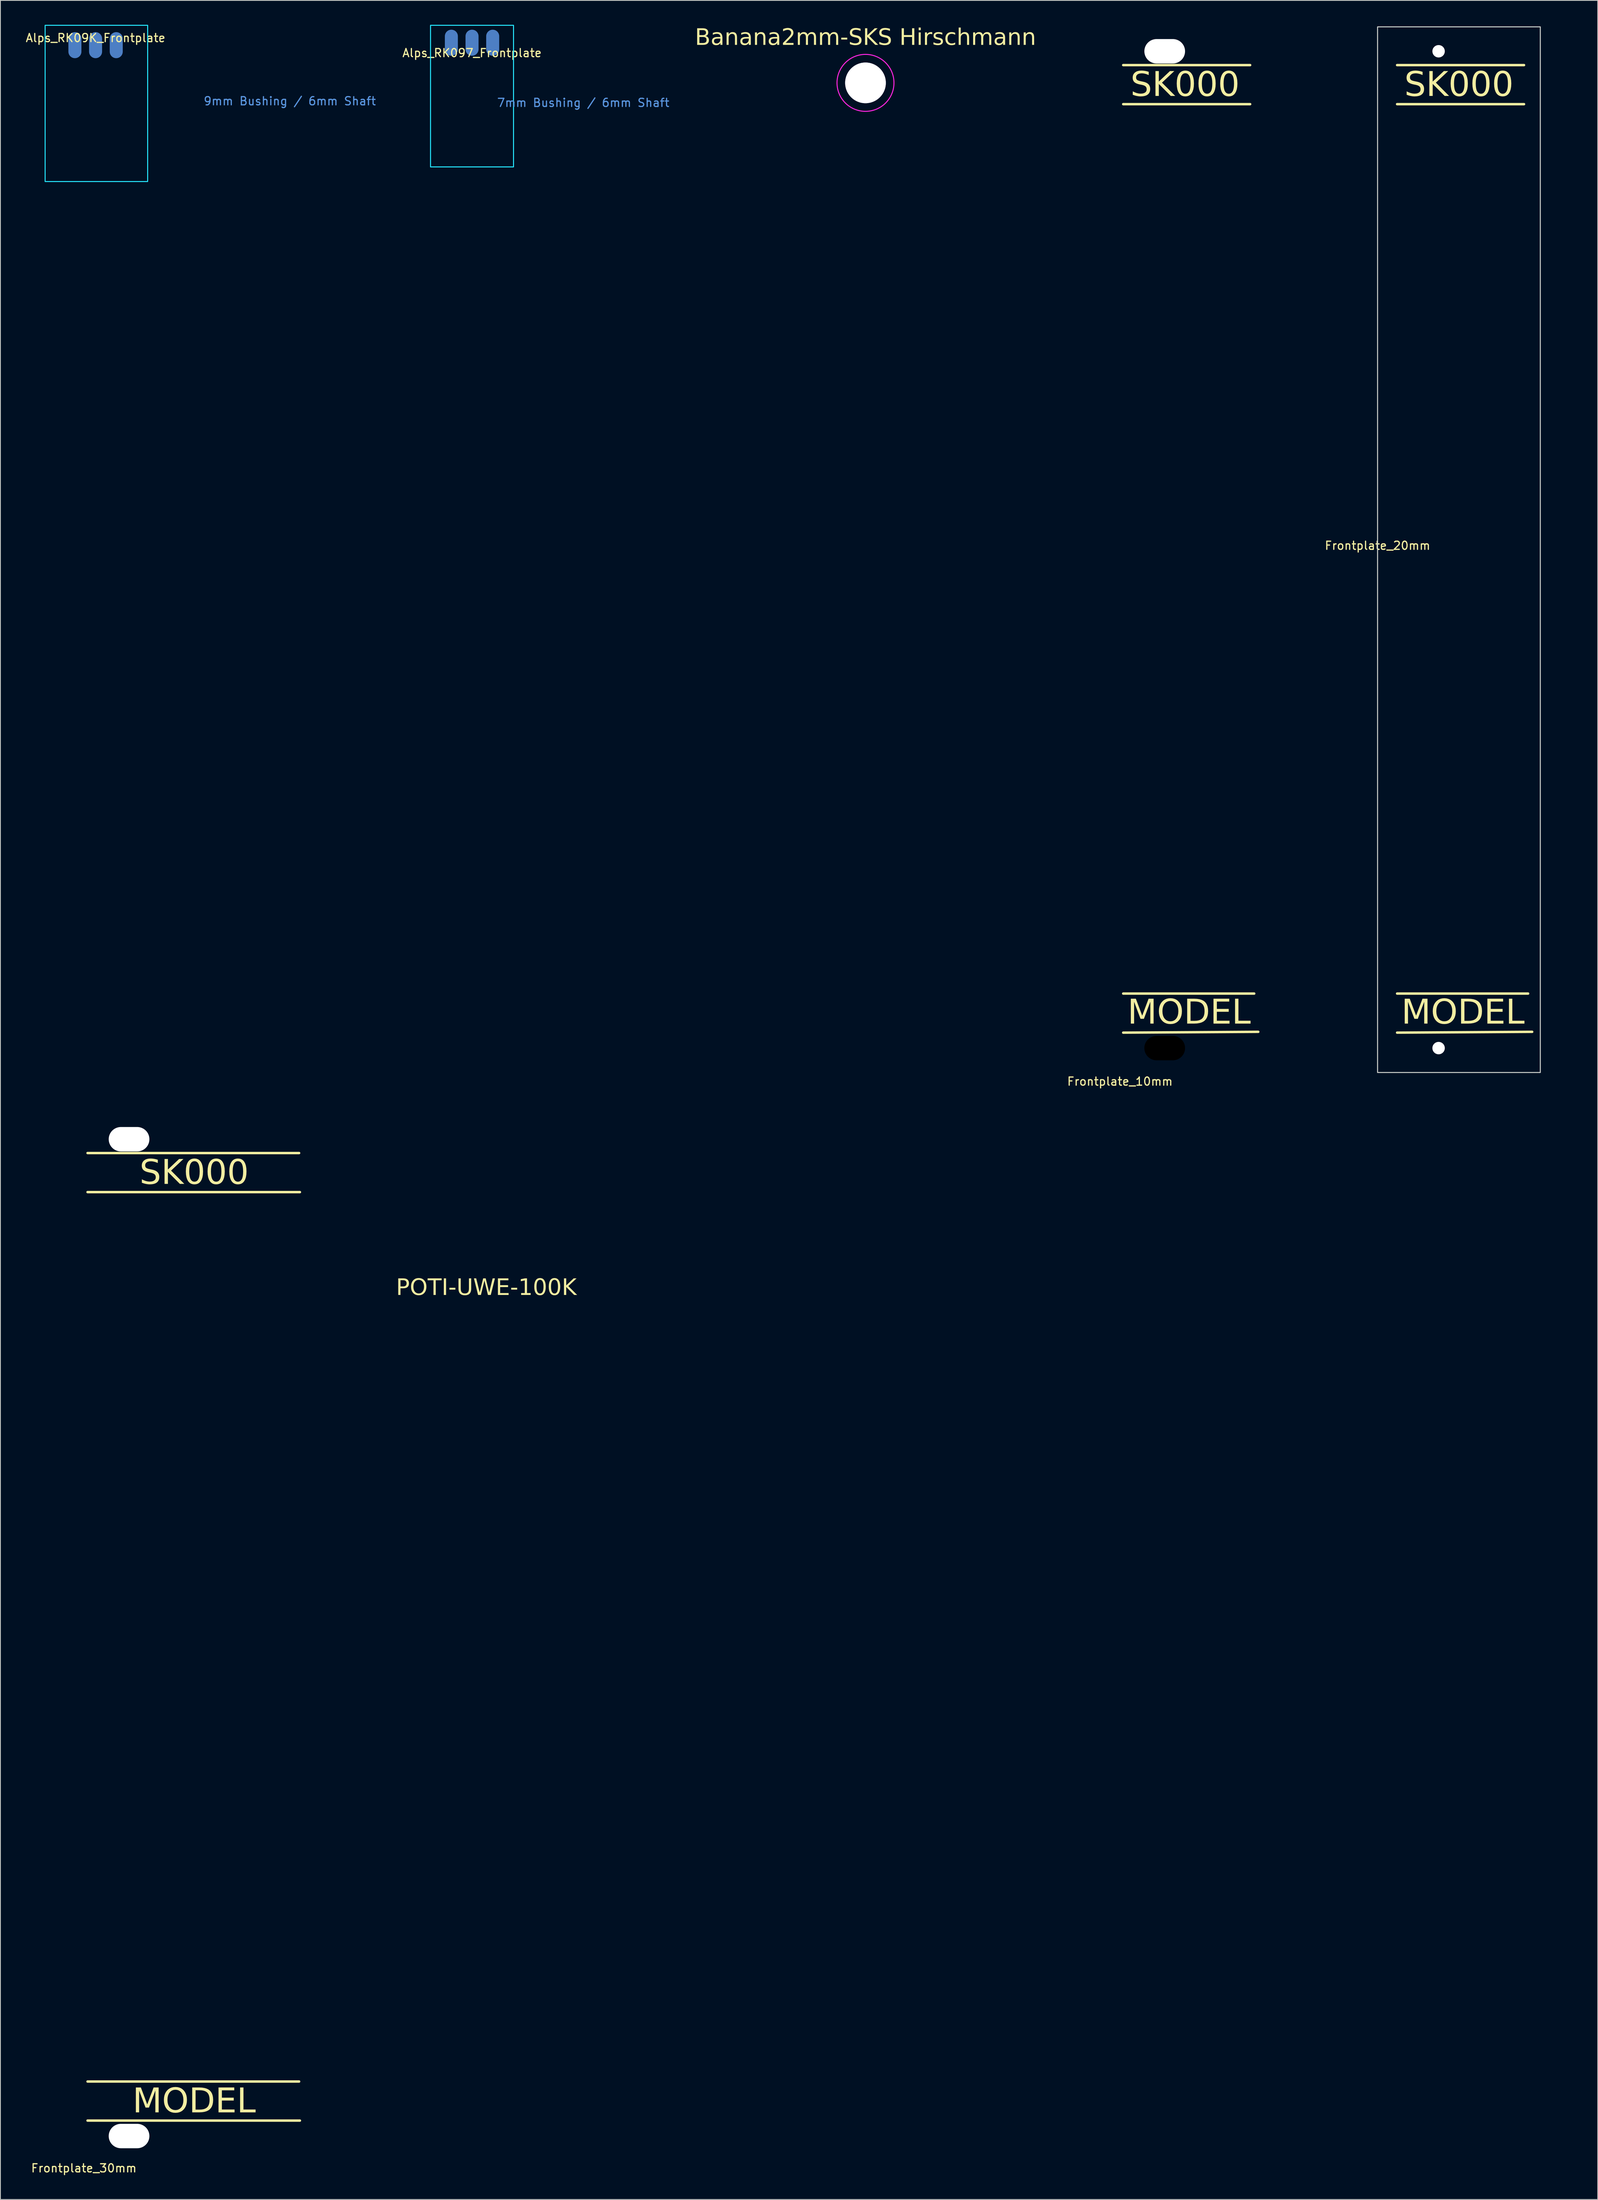
<source format=kicad_pcb>
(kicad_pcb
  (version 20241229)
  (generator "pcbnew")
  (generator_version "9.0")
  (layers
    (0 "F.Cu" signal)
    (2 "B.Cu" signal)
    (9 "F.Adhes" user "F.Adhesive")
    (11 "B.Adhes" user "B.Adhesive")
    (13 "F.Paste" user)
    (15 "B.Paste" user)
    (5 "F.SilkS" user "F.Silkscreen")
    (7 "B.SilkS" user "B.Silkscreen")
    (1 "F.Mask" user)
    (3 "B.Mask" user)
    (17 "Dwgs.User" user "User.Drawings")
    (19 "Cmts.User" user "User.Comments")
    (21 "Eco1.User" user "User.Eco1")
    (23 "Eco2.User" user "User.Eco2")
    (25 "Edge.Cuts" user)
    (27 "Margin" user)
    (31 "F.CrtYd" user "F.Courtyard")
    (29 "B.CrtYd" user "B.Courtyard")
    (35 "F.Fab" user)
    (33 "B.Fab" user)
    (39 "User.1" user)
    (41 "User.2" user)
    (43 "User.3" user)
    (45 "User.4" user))
  (footprint "Alps_RK09K_Frontplate"
    (layer "F.Cu")
    (at 8.696 12.66)
    (property "Reference" "Alps_RK09K_Frontplate" (at 0 -11.05 0) (layer "F.SilkS") (effects (font (size 1 1) (thickness 0.15))))
    (attr through_hole)
    (fp_line (start -5.4 -6.6) (end 5.4 -6.6) (stroke (width 0.12) (type default)) (layer "Eco1.User"))
    (fp_line (start -5.4 0) (end -5.4 -6.6) (stroke (width 0.12) (type default)) (layer "Eco1.User"))
    (fp_line (start -5.4 4.8) (end -5.4 0) (stroke (width 0.12) (type default)) (layer "Eco1.User"))
    (fp_line (start -3 -10) (end -2 -10) (stroke (width 0.12) (type default)) (layer "Eco1.User"))
    (fp_line (start -3 -6.6) (end -3 -10) (stroke (width 0.12) (type default)) (layer "Eco1.User"))
    (fp_line (start -2.2 -2) (end 2.2 -2) (stroke (width 0.12) (type default)) (layer "Eco1.User"))
    (fp_line (start -2 -10) (end -2 -6.6) (stroke (width 0.12) (type default)) (layer "Eco1.User"))
    (fp_line (start -0.5 -10) (end 0.5 -10) (stroke (width 0.12) (type default)) (layer "Eco1.User"))
    (fp_line (start -0.5 -6.6) (end -0.5 -10) (stroke (width 0.12) (type default)) (layer "Eco1.User"))
    (fp_line (start 0.5 -10) (end 0.5 -6.6) (stroke (width 0.12) (type default)) (layer "Eco1.User"))
    (fp_line (start 2 -10) (end 3 -10) (stroke (width 0.12) (type default)) (layer "Eco1.User"))
    (fp_line (start 2 -6.6) (end 2 -10) (stroke (width 0.12) (type default)) (layer "Eco1.User"))
    (fp_line (start 3 -10) (end 3 -6.6) (stroke (width 0.12) (type default)) (layer "Eco1.User"))
    (fp_line (start 5.4 -6.6) (end 5.4 0) (stroke (width 0.12) (type default)) (layer "Eco1.User"))
    (fp_line (start 5.4 0) (end 5.4 4.8) (stroke (width 0.12) (type default)) (layer "Eco1.User"))
    (fp_line (start 5.4 4.8) (end -5.4 4.8) (stroke (width 0.12) (type default)) (layer "Eco1.User"))
    (fp_circle (center 0 0) (end 3 -0.2) (stroke (width 0.12) (type default)) (fill no) (layer "Eco1.User"))
    (fp_rect (start -1 -6.6) (end 1 -5.4) (stroke (width 0.00001) (type default)) (fill no) (layer "Edge.Cuts"))
    (fp_circle (center 0 0) (end 4.5 0) (stroke (width 0.00001) (type default)) (fill no) (layer "Edge.Cuts"))
    (fp_rect (start -6.2 -12.6) (end 6.4 6.6) (stroke (width 0.12) (type default)) (fill no) (layer "B.CrtYd"))
    (fp_text user "9mm Bushing / 6mm Shaft" (at 13.2 -2.7 0) (unlocked yes) (layer "Cmts.User") (effects (font (size 1 1) (thickness 0.15)) (justify left bottom)))
    (pad "1" smd oval (at 2.54 -10.16) (size 1.6 3.2) (layers "B.Cu" "B.Mask" "B.Paste"))
    (pad "2" smd oval (at 0 -10.16) (size 1.6 3.2) (layers "B.Cu" "B.Mask" "B.Paste"))
    (pad "3" smd oval (at -2.54 -10.16) (size 1.6 3.2) (layers "B.Cu" "B.Mask" "B.Paste")))
  (footprint "Frontplate_20mm"
    (layer "F.Cu")
    (at 166.252 0.25)
    (property "Reference" "Frontplate_20mm" (at 0 63.75 0) (unlocked yes) (layer "F.SilkS") (effects (font (size 1 1) (thickness 0.15))))
    (fp_line (start 2.4 4.7) (end 18 4.7) (stroke (width 0.3) (type default)) (layer "F.SilkS"))
    (fp_line (start 2.4 9.5) (end 18 9.5) (stroke (width 0.3) (type default)) (layer "F.SilkS"))
    (fp_line (start 2.4 118.8) (end 18.5 118.8) (stroke (width 0.3) (type default)) (layer "F.SilkS"))
    (fp_line (start 2.4 123.6) (end 19 123.5) (stroke (width 0.3) (type default)) (layer "F.SilkS"))
    (fp_line (start -5.25 119.25) (end 23 119.25) (stroke (width 0.12) (type default)) (layer "Eco1.User"))
    (fp_line (start -5 9.25) (end 24 9.25) (stroke (width 0.12) (type default)) (layer "Eco1.User"))
    (fp_rect (start 0 0) (end 20 128.5) (stroke (width 0.12) (type default)) (fill no) (layer "Edge.Cuts"))
    (fp_text user "MODEL" (at 10.5 123 0) (unlocked yes) (layer "F.SilkS") (effects (font (face "Bastard") (size 3 3) (thickness 0.15)) (justify bottom)))
    (fp_text user "SK000" (at 10 9 0) (unlocked yes) (layer "F.SilkS") (effects (font (face "Bastard") (size 3 3) (thickness 0.15)) (justify bottom)))
    (pad "" np_thru_hole circle (at 7.5 3) (size 1.524 1.524) (drill oval 5 3) (layers "*.Cu" "*.Mask"))
    (pad "" np_thru_hole circle (at 7.5 125.5) (size 1.524 1.524) (drill oval 5 3) (layers "*.Cu" "*.Mask")))
  (footprint "Alps_RK097_Frontplate"
    (layer "F.Cu")
    (at 54.962 12.36)
    (property "Reference" "Alps_RK097_Frontplate" (at 0 -8.9 0) (unlocked yes) (layer "F.SilkS") (effects (font (size 1 1) (thickness 0.15))))
    (attr smd)
    (fp_line (start -4.8 -6.5) (end 4.8 -6.5) (stroke (width 0.12) (type default)) (layer "Eco1.User"))
    (fp_line (start -4.8 0) (end -4.8 -6.5) (stroke (width 0.12) (type default)) (layer "Eco1.User"))
    (fp_line (start -4.8 4.7) (end -4.8 0) (stroke (width 0.12) (type default)) (layer "Eco1.User"))
    (fp_line (start -3 -10) (end -2 -10) (stroke (width 0.12) (type default)) (layer "Eco1.User"))
    (fp_line (start -3 -6.6) (end -3 -10) (stroke (width 0.12) (type default)) (layer "Eco1.User"))
    (fp_line (start -2.3 -2) (end 2.2 -2) (stroke (width 0.12) (type default)) (layer "Eco1.User"))
    (fp_line (start -2 -10) (end -2 -6.6) (stroke (width 0.12) (type default)) (layer "Eco1.User"))
    (fp_line (start -0.5 -10) (end 0.5 -10) (stroke (width 0.12) (type default)) (layer "Eco1.User"))
    (fp_line (start -0.5 -6.6) (end -0.5 -10) (stroke (width 0.12) (type default)) (layer "Eco1.User"))
    (fp_line (start 0.5 -10) (end 0.5 -6.6) (stroke (width 0.12) (type default)) (layer "Eco1.User"))
    (fp_line (start 2 -10) (end 3 -10) (stroke (width 0.12) (type default)) (layer "Eco1.User"))
    (fp_line (start 2 -6.6) (end 2 -10) (stroke (width 0.12) (type default)) (layer "Eco1.User"))
    (fp_line (start 3 -10) (end 3 -6.6) (stroke (width 0.12) (type default)) (layer "Eco1.User"))
    (fp_line (start 4.8 -6.5) (end 4.8 -0.1) (stroke (width 0.12) (type default)) (layer "Eco1.User"))
    (fp_line (start 4.8 -0.1) (end 4.8 4.7) (stroke (width 0.12) (type default)) (layer "Eco1.User"))
    (fp_line (start 4.8 4.7) (end -4.8 4.7) (stroke (width 0.12) (type default)) (layer "Eco1.User"))
    (fp_circle (center 0 0) (end 3 0) (stroke (width 0.12) (type default)) (fill no) (layer "Eco1.User"))
    (fp_rect (start -1 -6.5) (end 1 -5.5) (stroke (width 0.0001) (type default)) (fill no) (layer "Edge.Cuts"))
    (fp_circle (center 0 0) (end 3.5 0) (stroke (width 0.00001) (type default)) (fill no) (layer "Edge.Cuts"))
    (fp_rect (start -5.1 -12.3) (end 5.1 5.1) (stroke (width 0.12) (type default)) (fill no) (layer "B.CrtYd"))
    (fp_text user "7mm Bushing / 6mm Shaft" (at 3 -2.2 0) (unlocked yes) (layer "Cmts.User") (effects (font (size 1 1) (thickness 0.15)) (justify left bottom)))
    (pad "1" smd oval (at 2.54 -10.16) (size 1.6 3.2) (layers "B.Cu" "B.Mask" "B.Paste"))
    (pad "2" smd oval (at 0 -10.16) (size 1.6 3.2) (layers "B.Cu" "B.Mask" "B.Paste"))
    (pad "3" smd oval (at -2.54 -10.16) (size 1.6 3.2) (layers "B.Cu" "B.Mask" "B.Paste")))
  (footprint "Banana2mm-SKS Hirschmann"
    (layer "F.Cu")
    (at 103.318 7.133)
    (property "Reference" "Banana2mm-SKS Hirschmann" (at 0 -5.5 0) (unlocked yes) (layer "F.SilkS") (effects (font (face "Bastard") (size 2 2) (thickness 0.15))))
    (attr smd)
    (fp_circle (center 0 0) (end 3.5 0) (stroke (width 0.12) (type default)) (fill no) (layer "F.CrtYd"))
    (pad "1" thru_hole circle (at 0 0) (size 5 5) (drill 5) (layers "*.Cu" "*.Mask")))
  (footprint "Frontplate_30mm"
    (layer "F.Cu")
    (at 5.31 133.948)
    (property "Reference" "Frontplate_30mm" (at 1.95 129.45 0) (unlocked yes) (layer "F.SilkS") (effects (font (size 1 1) (thickness 0.15))))
    (fp_line (start 2.4 4.7) (end 28.4 4.7) (stroke (width 0.3) (type default)) (layer "F.SilkS"))
    (fp_line (start 2.4 9.5) (end 28.5 9.5) (stroke (width 0.3) (type default)) (layer "F.SilkS"))
    (fp_line (start 2.4 118.8) (end 28.4 118.8) (stroke (width 0.3) (type default)) (layer "F.SilkS"))
    (fp_line (start 2.4 123.6) (end 28.5 123.6) (stroke (width 0.3) (type default)) (layer "F.SilkS"))
    (fp_line (start -5.25 119.25) (end 37 119.25) (stroke (width 0.12) (type default)) (layer "Eco1.User"))
    (fp_line (start -5 9.25) (end 37.25 9.25) (stroke (width 0.12) (type default)) (layer "Eco1.User"))
    (fp_rect (start 0 0) (end 30 128.5) (stroke (width 0.00001) (type default)) (fill no) (layer "Edge.Cuts"))
    (fp_text user "MODEL" (at 15.5 123.1 0) (unlocked yes) (layer "F.SilkS") (effects (font (face "Bastard") (size 3 3) (thickness 0.15)) (justify bottom)))
    (fp_text user "SK000" (at 15.5 9 0) (unlocked yes) (layer "F.SilkS") (effects (font (face "Bastard") (size 3 3) (thickness 0.15)) (justify bottom)))
    (pad "" np_thru_hole oval (at 7.5 3) (size 5 3) (drill oval 5 3) (layers "*.Cu" "*.Mask"))
    (pad "" np_thru_hole oval (at 7.5 125.5) (size 5 3) (drill oval 5 3) (layers "*.Cu" "*.Mask")))
  (footprint "POTI-UWE-100K"
    (layer "F.Cu")
    (at 56.221 146.758)
    (property "Reference" "POTI-UWE-100K" (at 0.5 8.5 0) (unlocked yes) (layer "F.SilkS") (effects (font (face "Bastard") (size 2 2) (thickness 0.15))))
    (attr through_hole)
    (fp_line (start -7.25 -10) (end 7.25 -10) (stroke (width 0.12) (type default)) (layer "Eco1.User"))
    (fp_line (start -7.25 -4) (end -7.25 -10) (stroke (width 0.12) (type default)) (layer "Eco1.User"))
    (fp_line (start -6 -13) (end -4.75 -13) (stroke (width 0.12) (type default)) (layer "Eco1.User"))
    (fp_line (start -6 -10) (end -6 -13) (stroke (width 0.12) (type default)) (layer "Eco1.User"))
    (fp_line (start -4.75 -13) (end -4.75 -10.25) (stroke (width 0.12) (type default)) (layer "Eco1.User"))
    (fp_line (start -4.75 -10.25) (end -4.75 -10) (stroke (width 0.12) (type default)) (layer "Eco1.User"))
    (fp_line (start -0.5 -13) (end 0.5 -13) (stroke (width 0.12) (type default)) (layer "Eco1.User"))
    (fp_line (start -0.5 -10) (end -0.5 -13) (stroke (width 0.12) (type default)) (layer "Eco1.User"))
    (fp_line (start 0.5 -13) (end 0.5 -10) (stroke (width 0.12) (type default)) (layer "Eco1.User"))
    (fp_line (start 4.75 -13) (end 4.75 -10) (stroke (width 0.12) (type default)) (layer "Eco1.User"))
    (fp_line (start 6 -13) (end 4.75 -13) (stroke (width 0.12) (type default)) (layer "Eco1.User"))
    (fp_line (start 6 -10) (end 6 -13) (stroke (width 0.12) (type default)) (layer "Eco1.User"))
    (fp_line (start 7.25 -10) (end 7.25 -4) (stroke (width 0.12) (type default)) (layer "Eco1.User"))
    (fp_circle (center 0 0) (end 5.5 0) (stroke (width 0.12) (type default)) (fill no) (layer "Eco1.User"))
    (fp_circle (center 0 0) (end 8.25 0) (stroke (width 0.12) (type default)) (fill no) (layer "Eco1.User"))
    (fp_line (start -4.5 -3) (end 0 -5.5) (stroke (width 0.12) (type default)) (layer "Eco2.User"))
    (fp_line (start -4.5 -3) (end 0 -5.5) (stroke (width 0.12) (type default)) (layer "Eco2.User"))
    (fp_line (start -4.5 3) (end -4.5 -3) (stroke (width 0.12) (type default)) (layer "Eco2.User"))
    (fp_line (start -4.5 3) (end -4.5 -3) (stroke (width 0.12) (type default)) (layer "Eco2.User"))
    (fp_line (start 0 -5.5) (end 4.5 -3) (stroke (width 0.12) (type default)) (layer "Eco2.User"))
    (fp_line (start 0 -5.5) (end 4.5 -3) (stroke (width 0.12) (type default)) (layer "Eco2.User"))
    (fp_line (start 0 5.5) (end -4.5 3) (stroke (width 0.12) (type default)) (layer "Eco2.User"))
    (fp_line (start 0 5.5) (end -4.5 3) (stroke (width 0.12) (type default)) (layer "Eco2.User"))
    (fp_line (start 4.5 -3) (end 4.5 3) (stroke (width 0.12) (type default)) (layer "Eco2.User"))
    (fp_line (start 4.5 -3) (end 4.5 3) (stroke (width 0.12) (type default)) (layer "Eco2.User"))
    (fp_line (start 4.5 3) (end 0 5.5) (stroke (width 0.12) (type default)) (layer "Eco2.User"))
    (fp_line (start 4.5 3) (end 0 5.5) (stroke (width 0.12) (type default)) (layer "Eco2.User"))
    (fp_line (start -2.9 -1.75) (end -2.9 1.75) (stroke (width 0.00001) (type default)) (layer "Edge.Cuts"))
    (fp_line (start -2.9 -1.75) (end -2.5 -2.5) (stroke (width 0.00001) (type default)) (layer "Edge.Cuts"))
    (fp_line (start -2.9 1.75) (end -2.5 2.5) (stroke (width 0.00001) (type default)) (layer "Edge.Cuts"))
    (fp_line (start -2.5 -2.5) (end -1.75 -3) (stroke (width 0.00001) (type default)) (layer "Edge.Cuts"))
    (fp_line (start -2.5 2.5) (end -1.75 3) (stroke (width 0.00001) (type default)) (layer "Edge.Cuts"))
    (fp_line (start -1.75 -3) (end -0.5 -3.5) (stroke (width 0.00001) (type default)) (layer "Edge.Cuts"))
    (fp_line (start -1.75 3) (end -1.25 3.25) (stroke (width 0.00001) (type default)) (layer "Edge.Cuts"))
    (fp_line (start -1.25 3.25) (end -0.5 3.5) (stroke (width 0.00001) (type default)) (layer "Edge.Cuts"))
    (fp_line (start -0.5 -3.5) (end 0.5 -3.5) (stroke (width 0.00001) (type default)) (layer "Edge.Cuts"))
    (fp_line (start -0.5 3.5) (end 0.5 3.5) (stroke (width 0.00001) (type default)) (layer "Edge.Cuts"))
    (fp_line (start 0.5 -3.5) (end 1.25 -3.25) (stroke (width 0.00001) (type default)) (layer "Edge.Cuts"))
    (fp_line (start 0.5 3.5) (end 1.25 3.25) (stroke (width 0.00001) (type default)) (layer "Edge.Cuts"))
    (fp_line (start 1.25 -3.25) (end 2.25 -2.75) (stroke (width 0.00001) (type default)) (layer "Edge.Cuts"))
    (fp_line (start 1.25 3.25) (end 1.75 3) (stroke (width 0.00001) (type default)) (layer "Edge.Cuts"))
    (fp_line (start 1.75 3) (end 2.5 2.5) (stroke (width 0.00001) (type default)) (layer "Edge.Cuts"))
    (fp_line (start 2.25 -2.75) (end 2.75 -2.25) (stroke (width 0.00001) (type default)) (layer "Edge.Cuts"))
    (fp_line (start 2.5 2.5) (end 2.9 1.65) (stroke (width 0.00001) (type default)) (layer "Edge.Cuts"))
    (fp_line (start 2.75 -2.25) (end 2.9 -1.85) (stroke (width 0.00001) (type default)) (layer "Edge.Cuts"))
    (fp_line (start 2.9 -1.85) (end 2.9 1.65) (stroke (width 0.00001) (type default)) (layer "Edge.Cuts")))
  (footprint "Frontplate_10mm"
    (layer "F.Cu")
    (at 132.591 0.25)
    (property "Reference" "Frontplate_10mm" (at 2 129.6 0) (unlocked yes) (layer "F.SilkS") (effects (font (size 1 1) (thickness 0.15))))
    (fp_line (start 2.4 4.7) (end 18 4.7) (stroke (width 0.3) (type default)) (layer "F.SilkS"))
    (fp_line (start 2.4 9.5) (end 18 9.5) (stroke (width 0.3) (type default)) (layer "F.SilkS"))
    (fp_line (start 2.4 118.8) (end 18.5 118.8) (stroke (width 0.3) (type default)) (layer "F.SilkS"))
    (fp_line (start 2.4 123.6) (end 19 123.5) (stroke (width 0.3) (type default)) (layer "F.SilkS"))
    (fp_line (start -5.25 119.25) (end 23 119.25) (stroke (width 0.12) (type default)) (layer "Eco1.User"))
    (fp_line (start -5 9.25) (end 24 9.25) (stroke (width 0.12) (type default)) (layer "Eco1.User"))
    (fp_rect (start 2.5 0) (end 12.525 128.5) (stroke (width 0.00001) (type default)) (fill no) (layer "Edge.Cuts"))
    (fp_text user "MODEL" (at 10.5 123 0) (unlocked yes) (layer "F.SilkS") (effects (font (face "Bastard") (size 3 3) (thickness 0.15)) (justify bottom)))
    (fp_text user "SK000" (at 10 9 0) (unlocked yes) (layer "F.SilkS") (effects (font (face "Bastard") (size 3 3) (thickness 0.15)) (justify bottom)))
    (pad "" np_thru_hole oval (at 7.5 3) (size 5 3) (drill oval 5 3) (layers "*.Cu"))
    (pad "" np_thru_hole oval (at 7.5 125.5) (size 5 3) (drill oval 5 3) (layers "*.Mask")))
  (gr_rect
    (start -3 -3)
    (end 193.312 267.247)
    (stroke (width 0.1) (type default))
    (fill no)
    (layer "Edge.Cuts")))
</source>
